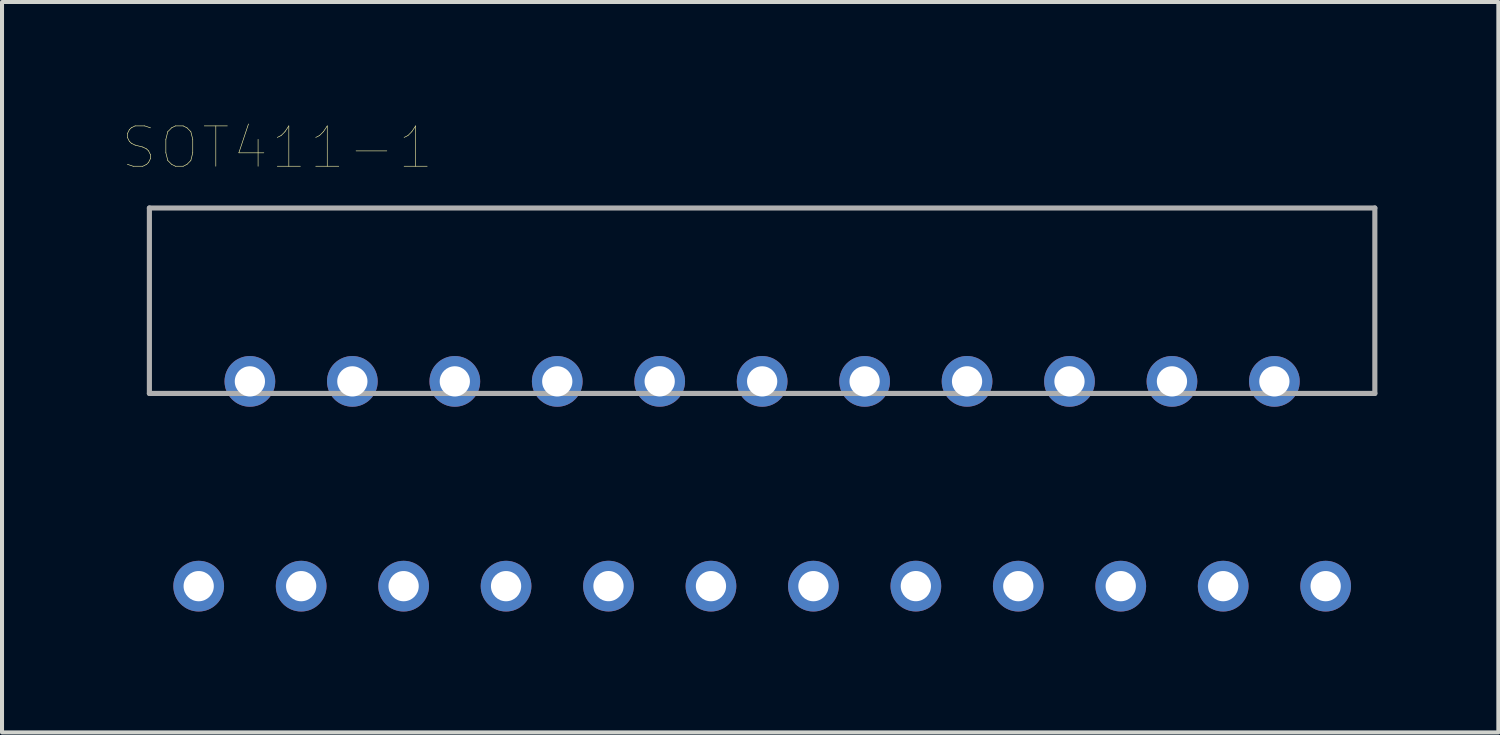
<source format=kicad_pcb>
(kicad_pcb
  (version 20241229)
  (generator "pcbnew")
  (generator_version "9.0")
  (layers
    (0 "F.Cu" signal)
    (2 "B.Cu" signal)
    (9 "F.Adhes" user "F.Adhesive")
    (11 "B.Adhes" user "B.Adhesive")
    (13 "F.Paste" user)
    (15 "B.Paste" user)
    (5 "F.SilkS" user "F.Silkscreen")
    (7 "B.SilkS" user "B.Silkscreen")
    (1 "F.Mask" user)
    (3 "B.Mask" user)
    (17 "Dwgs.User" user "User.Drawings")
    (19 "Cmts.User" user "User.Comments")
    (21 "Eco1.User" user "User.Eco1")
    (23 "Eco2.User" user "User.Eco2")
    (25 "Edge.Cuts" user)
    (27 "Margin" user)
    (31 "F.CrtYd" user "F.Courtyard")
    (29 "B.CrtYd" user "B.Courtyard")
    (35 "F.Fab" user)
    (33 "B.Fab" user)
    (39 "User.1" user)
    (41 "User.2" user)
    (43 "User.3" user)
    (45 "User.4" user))
  (footprint "SOT411-1"
    (layer "F.Cu")
    (at 15.86 8.951)
    (property "Reference" "SOT411-1" (at -12.031 -8.339 0) (layer "F.SilkS") (effects (font (size 1.001 1.001) (thickness 0.015))))
    (attr through_hole)
    (fp_line (start -15.204 -6.841) (end -15.204 -2.241) (stroke (width 0.127) (type solid)) (layer "F.Fab"))
    (fp_line (start -15.204 -2.241) (end 15.196 -2.241) (stroke (width 0.127) (type solid)) (layer "F.Fab"))
    (fp_line (start 15.196 -6.841) (end -15.204 -6.841) (stroke (width 0.127) (type solid)) (layer "F.Fab"))
    (fp_line (start 15.196 -2.241) (end 15.196 -6.841) (stroke (width 0.127) (type solid)) (layer "F.Fab"))
    (pad "1" thru_hole circle (at -13.981 2.54) (size 1.258 1.258) (drill 0.75) (layers "*.Cu" "*.Mask"))
    (pad "2" thru_hole circle (at -12.711 -2.54) (size 1.258 1.258) (drill 0.75) (layers "*.Cu" "*.Mask"))
    (pad "3" thru_hole circle (at -11.439 2.54) (size 1.258 1.258) (drill 0.75) (layers "*.Cu" "*.Mask"))
    (pad "4" thru_hole circle (at -10.169 -2.54) (size 1.258 1.258) (drill 0.75) (layers "*.Cu" "*.Mask"))
    (pad "5" thru_hole circle (at -8.897 2.54) (size 1.258 1.258) (drill 0.75) (layers "*.Cu" "*.Mask"))
    (pad "6" thru_hole circle (at -7.627 -2.54) (size 1.258 1.258) (drill 0.75) (layers "*.Cu" "*.Mask"))
    (pad "7" thru_hole circle (at -6.356 2.54) (size 1.258 1.258) (drill 0.75) (layers "*.Cu" "*.Mask"))
    (pad "8" thru_hole circle (at -5.086 -2.54) (size 1.258 1.258) (drill 0.75) (layers "*.Cu" "*.Mask"))
    (pad "9" thru_hole circle (at -3.815 2.539) (size 1.258 1.258) (drill 0.75) (layers "*.Cu" "*.Mask"))
    (pad "10" thru_hole circle (at -2.545 -2.541) (size 1.258 1.258) (drill 0.75) (layers "*.Cu" "*.Mask"))
    (pad "11" thru_hole circle (at -1.273 2.54) (size 1.258 1.258) (drill 0.75) (layers "*.Cu" "*.Mask"))
    (pad "12" thru_hole circle (at -0.003 -2.54) (size 1.258 1.258) (drill 0.75) (layers "*.Cu" "*.Mask"))
    (pad "13" thru_hole circle (at 1.269 2.54) (size 1.258 1.258) (drill 0.75) (layers "*.Cu" "*.Mask"))
    (pad "14" thru_hole circle (at 2.539 -2.54) (size 1.258 1.258) (drill 0.75) (layers "*.Cu" "*.Mask"))
    (pad "15" thru_hole circle (at 3.81 2.539) (size 1.258 1.258) (drill 0.75) (layers "*.Cu" "*.Mask"))
    (pad "16" thru_hole circle (at 5.08 -2.541) (size 1.258 1.258) (drill 0.75) (layers "*.Cu" "*.Mask"))
    (pad "17" thru_hole circle (at 6.351 2.54) (size 1.258 1.258) (drill 0.75) (layers "*.Cu" "*.Mask"))
    (pad "18" thru_hole circle (at 7.621 -2.54) (size 1.258 1.258) (drill 0.75) (layers "*.Cu" "*.Mask"))
    (pad "19" thru_hole circle (at 8.893 2.54) (size 1.258 1.258) (drill 0.75) (layers "*.Cu" "*.Mask"))
    (pad "20" thru_hole circle (at 10.163 -2.54) (size 1.258 1.258) (drill 0.75) (layers "*.Cu" "*.Mask"))
    (pad "21" thru_hole circle (at 11.434 2.54) (size 1.258 1.258) (drill 0.75) (layers "*.Cu" "*.Mask"))
    (pad "22" thru_hole circle (at 12.704 -2.54) (size 1.258 1.258) (drill 0.75) (layers "*.Cu" "*.Mask"))
    (pad "23" thru_hole circle (at 13.976 2.54) (size 1.258 1.258) (drill 0.75) (layers "*.Cu" "*.Mask")))
  (gr_rect
    (start -3 -3)
    (end 34.12 15.12)
    (stroke (width 0.1) (type default))
    (fill no)
    (layer "Edge.Cuts")))
</source>
